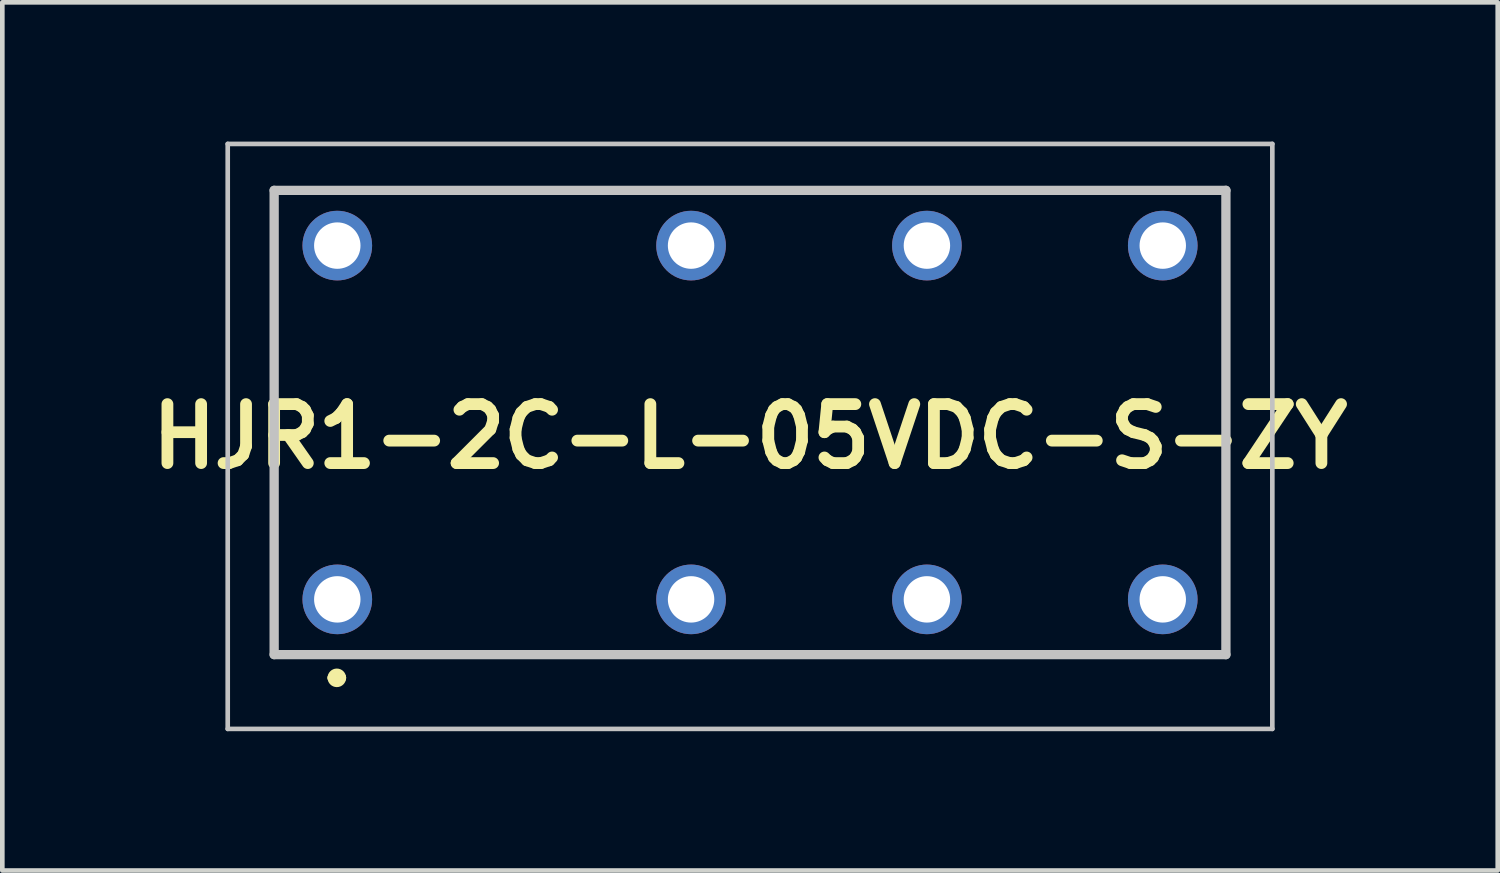
<source format=kicad_pcb>
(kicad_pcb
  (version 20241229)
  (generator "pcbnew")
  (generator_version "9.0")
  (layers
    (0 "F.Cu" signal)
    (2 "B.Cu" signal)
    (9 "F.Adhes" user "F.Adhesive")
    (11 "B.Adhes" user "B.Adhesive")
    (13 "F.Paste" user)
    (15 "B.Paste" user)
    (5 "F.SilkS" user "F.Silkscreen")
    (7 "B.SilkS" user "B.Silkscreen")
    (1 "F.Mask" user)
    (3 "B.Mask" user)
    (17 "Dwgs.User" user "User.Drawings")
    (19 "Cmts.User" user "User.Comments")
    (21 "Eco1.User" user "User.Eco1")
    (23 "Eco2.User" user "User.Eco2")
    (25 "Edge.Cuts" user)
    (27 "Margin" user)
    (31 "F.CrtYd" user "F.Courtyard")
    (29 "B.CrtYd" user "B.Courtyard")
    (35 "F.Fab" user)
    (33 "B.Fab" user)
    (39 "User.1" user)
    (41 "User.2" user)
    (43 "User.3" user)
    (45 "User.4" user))
  (footprint "HJR1-2C-L-05VDC-S-ZY"
    (layer "F.Cu")
    (at 13.105 6.35)
    (property "Reference" "HJR1-2C-L-05VDC-S-ZY" (at 0 0 0) (layer "F.SilkS") (effects (font (size 1.27 1.27) (thickness 0.254))))
    (attr through_hole)
    (fp_line (start -10.25 -5.3) (end 10.25 -5.3) (stroke (width 0.1) (type solid)) (layer "F.SilkS"))
    (fp_line (start -10.25 4.7) (end -10.25 -5.3) (stroke (width 0.1) (type solid)) (layer "F.SilkS"))
    (fp_line (start -9 5.2) (end -9 5.2) (stroke (width 0.2) (type solid)) (layer "F.SilkS"))
    (fp_line (start -8.8 5.2) (end -8.8 5.2) (stroke (width 0.2) (type solid)) (layer "F.SilkS"))
    (fp_line (start 10.25 -5.3) (end 10.25 4.7) (stroke (width 0.1) (type solid)) (layer "F.SilkS"))
    (fp_line (start 10.25 4.7) (end -10.25 4.7) (stroke (width 0.1) (type solid)) (layer "F.SilkS"))
    (fp_arc (start -9 5.2) (mid -8.9 5.1) (end -8.8 5.2) (stroke (width 0.2) (type solid)) (layer "F.SilkS"))
    (fp_arc (start -8.8 5.2) (mid -8.9 5.3) (end -9 5.2) (stroke (width 0.2) (type solid)) (layer "F.SilkS"))
    (fp_line (start -11.25 -6.3) (end 11.25 -6.3) (stroke (width 0.1) (type solid)) (layer "Dwgs.User"))
    (fp_line (start -11.25 6.3) (end -11.25 -6.3) (stroke (width 0.1) (type solid)) (layer "Dwgs.User"))
    (fp_line (start -10.25 -5.3) (end 10.25 -5.3) (stroke (width 0.2) (type solid)) (layer "Dwgs.User"))
    (fp_line (start -10.25 4.7) (end -10.25 -5.3) (stroke (width 0.2) (type solid)) (layer "Dwgs.User"))
    (fp_line (start 10.25 -5.3) (end 10.25 4.7) (stroke (width 0.2) (type solid)) (layer "Dwgs.User"))
    (fp_line (start 10.25 4.7) (end -10.25 4.7) (stroke (width 0.2) (type solid)) (layer "Dwgs.User"))
    (fp_line (start 11.25 -6.3) (end 11.25 6.3) (stroke (width 0.1) (type solid)) (layer "Dwgs.User"))
    (fp_line (start 11.25 6.3) (end -11.25 6.3) (stroke (width 0.1) (type solid)) (layer "Dwgs.User"))
    (pad "1" thru_hole circle (at -8.89 3.51) (size 1.5 1.5) (drill 1) (layers "*.Cu" "*.Mask"))
    (pad "4" thru_hole circle (at -1.27 3.51) (size 1.5 1.5) (drill 1) (layers "*.Cu" "*.Mask"))
    (pad "6" thru_hole circle (at 3.81 3.51) (size 1.5 1.5) (drill 1) (layers "*.Cu" "*.Mask"))
    (pad "8" thru_hole circle (at 8.89 3.51) (size 1.5 1.5) (drill 1) (layers "*.Cu" "*.Mask"))
    (pad "9" thru_hole circle (at 8.89 -4.11) (size 1.5 1.5) (drill 1) (layers "*.Cu" "*.Mask"))
    (pad "11" thru_hole circle (at 3.81 -4.11) (size 1.5 1.5) (drill 1) (layers "*.Cu" "*.Mask"))
    (pad "13" thru_hole circle (at -1.27 -4.11) (size 1.5 1.5) (drill 1) (layers "*.Cu" "*.Mask"))
    (pad "16" thru_hole circle (at -8.89 -4.11) (size 1.5 1.5) (drill 1) (layers "*.Cu" "*.Mask")))
  (gr_rect
    (start -3 -3)
    (end 29.21 15.7)
    (stroke (width 0.1) (type default))
    (fill no)
    (layer "Edge.Cuts")))
</source>
